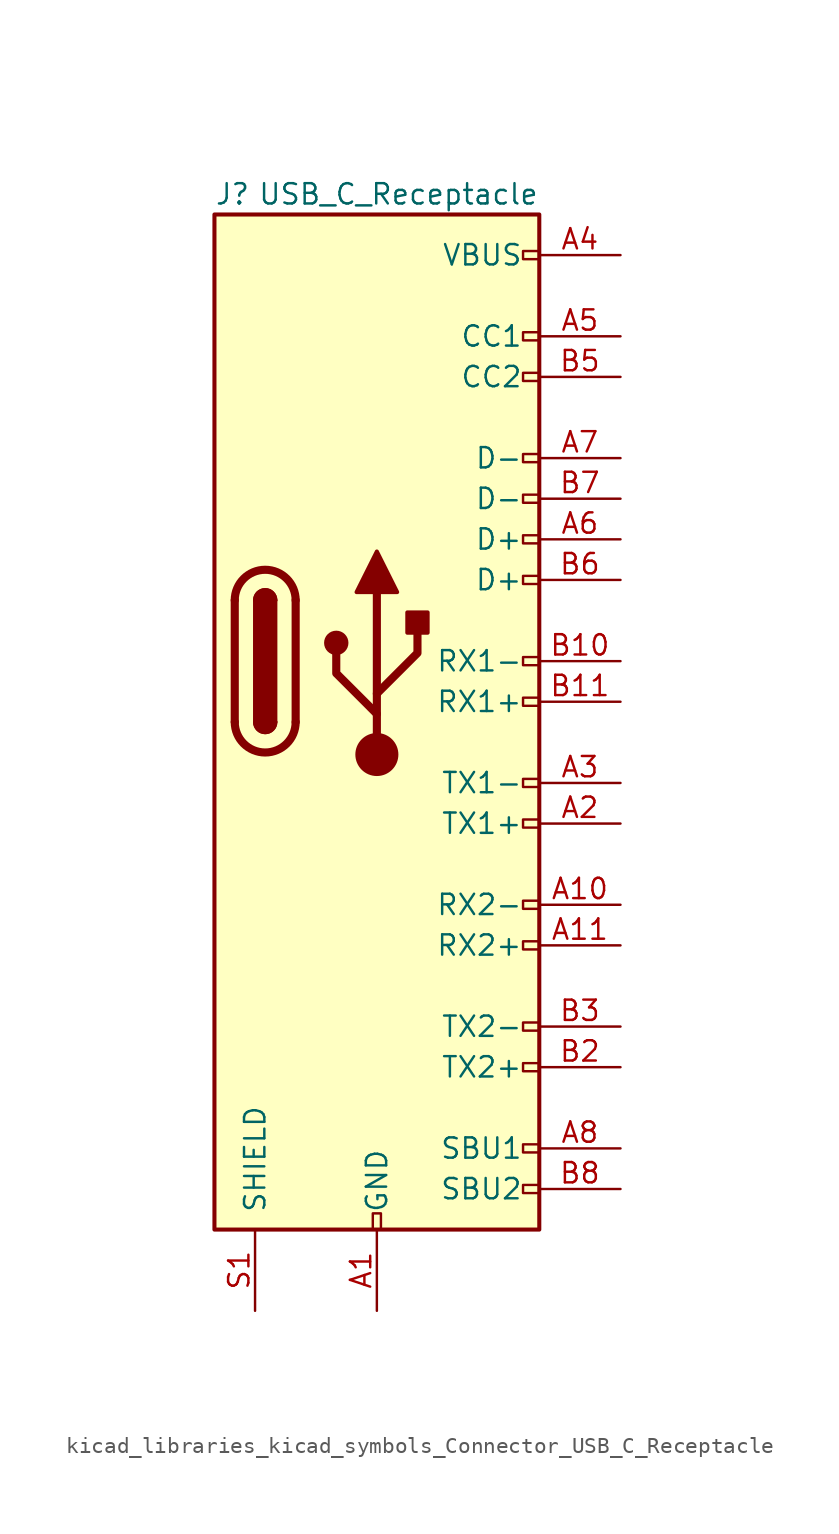
<source format=kicad_sym>
(kicad_symbol_lib
  (version 20220914)
  (generator kicad_symbol_editor)
  (symbol "kicad_libraries_kicad_symbols_Connector_USB_C_Receptacle"
    (pin_names
      (offset 1.016))
    (property "Reference" "J"
      (at -10.16 29.21 0)
      (effects (font (size 1.27 1.27)) (justify left)))
    (property "Value" "USB_C_Receptacle"
      (at 10.16 29.21 0)
      (effects (font (size 1.27 1.27)) (justify right)))
    (symbol "kicad_libraries_kicad_symbols_Connector_USB_C_Receptacle_0_0"
      (rectangle (start -0.254 -35.56) (end 0.254 -34.544) (stroke (width 0) (type default)) (fill (type none)))
      (rectangle (start 10.16 -32.766) (end 9.144 -33.274) (stroke (width 0) (type default)) (fill (type none)))
      (rectangle (start 10.16 -30.226) (end 9.144 -30.734) (stroke (width 0) (type default)) (fill (type none)))
      (rectangle (start 10.16 -25.146) (end 9.144 -25.654) (stroke (width 0) (type default)) (fill (type none)))
      (rectangle (start 10.16 -22.606) (end 9.144 -23.114) (stroke (width 0) (type default)) (fill (type none)))
      (rectangle (start 10.16 -17.526) (end 9.144 -18.034) (stroke (width 0) (type default)) (fill (type none)))
      (rectangle (start 10.16 -14.986) (end 9.144 -15.494) (stroke (width 0) (type default)) (fill (type none)))
      (rectangle (start 10.16 -9.906) (end 9.144 -10.414) (stroke (width 0) (type default)) (fill (type none)))
      (rectangle (start 10.16 -7.366) (end 9.144 -7.874) (stroke (width 0) (type default)) (fill (type none)))
      (rectangle (start 10.16 -2.286) (end 9.144 -2.794) (stroke (width 0) (type default)) (fill (type none)))
      (rectangle (start 10.16 0.254) (end 9.144 -0.254) (stroke (width 0) (type default)) (fill (type none)))
      (rectangle (start 10.16 5.334) (end 9.144 4.826) (stroke (width 0) (type default)) (fill (type none)))
      (rectangle (start 10.16 7.874) (end 9.144 7.366) (stroke (width 0) (type default)) (fill (type none)))
      (rectangle (start 10.16 10.414) (end 9.144 9.906) (stroke (width 0) (type default)) (fill (type none)))
      (rectangle (start 10.16 12.954) (end 9.144 12.446) (stroke (width 0) (type default)) (fill (type none)))
      (rectangle (start 10.16 18.034) (end 9.144 17.526) (stroke (width 0) (type default)) (fill (type none)))
      (rectangle (start 10.16 20.574) (end 9.144 20.066) (stroke (width 0) (type default)) (fill (type none)))
      (rectangle (start 10.16 25.654) (end 9.144 25.146) (stroke (width 0) (type default)) (fill (type none))))
    (symbol "kicad_libraries_kicad_symbols_Connector_USB_C_Receptacle_0_1"
      (rectangle (start -10.16 27.94) (end 10.16 -35.56) (stroke (width 0.254) (type default)) (fill (type background)))
      (arc (start -8.89 -3.81) (mid -6.985 -5.7067) (end -5.08 -3.81) (stroke (width 0.508) (type default)) (fill (type none)))
      (arc (start -7.62 -3.81) (mid -6.985 -4.4423) (end -6.35 -3.81) (stroke (width 0.254) (type default)) (fill (type none)))
      (arc (start -7.62 -3.81) (mid -6.985 -4.4423) (end -6.35 -3.81) (stroke (width 0.254) (type default)) (fill (type outline)))
      (rectangle (start -7.62 -3.81) (end -6.35 3.81) (stroke (width 0.254) (type default)) (fill (type outline)))
      (arc (start -6.35 3.81) (mid -6.985 4.4423) (end -7.62 3.81) (stroke (width 0.254) (type default)) (fill (type none)))
      (arc (start -6.35 3.81) (mid -6.985 4.4423) (end -7.62 3.81) (stroke (width 0.254) (type default)) (fill (type outline)))
      (arc (start -5.08 3.81) (mid -6.985 5.7067) (end -8.89 3.81) (stroke (width 0.508) (type default)) (fill (type none)))
      (polyline (pts (xy -8.89 -3.81) (xy -8.89 3.81)) (stroke (width 0.508) (type default)) (fill (type none)))
      (polyline (pts (xy -5.08 3.81) (xy -5.08 -3.81)) (stroke (width 0.508) (type default)) (fill (type none))))
    (symbol "kicad_libraries_kicad_symbols_Connector_USB_C_Receptacle_1_1"
      (circle (center -2.54 1.143) (radius 0.635) (stroke (width 0.254) (type default)) (fill (type outline)))
      (circle (center 0 -5.842) (radius 1.27) (stroke (width 0) (type default)) (fill (type outline)))
      (polyline (pts (xy 0 -5.842) (xy 0 4.318)) (stroke (width 0.508) (type default)) (fill (type none)))
      (polyline (pts (xy 0 -3.302) (xy -2.54 -0.762) (xy -2.54 0.508)) (stroke (width 0.508) (type default)) (fill (type none)))
      (polyline (pts (xy 0 -2.032) (xy 2.54 0.508) (xy 2.54 1.778)) (stroke (width 0.508) (type default)) (fill (type none)))
      (polyline (pts (xy -1.27 4.318) (xy 0 6.858) (xy 1.27 4.318) (xy -1.27 4.318)) (stroke (width 0.254) (type default)) (fill (type outline)))
      (rectangle (start 1.905 1.778) (end 3.175 3.048) (stroke (width 0.254) (type default)) (fill (type outline)))
      (pin passive line (at 0 -40.64 90) (length 5.08) (name "GND" (effects (font (size 1.27 1.27)))) (number "A1" (effects (font (size 1.27 1.27)))))
      (pin bidirectional line (at 15.24 -15.24 180) (length 5.08) (name "RX2-" (effects (font (size 1.27 1.27)))) (number "A10" (effects (font (size 1.27 1.27)))))
      (pin bidirectional line (at 15.24 -17.78 180) (length 5.08) (name "RX2+" (effects (font (size 1.27 1.27)))) (number "A11" (effects (font (size 1.27 1.27)))))
      (pin passive line (at 0 -40.64 90) (length 5.08) hide (name "GND" (effects (font (size 1.27 1.27)))) (number "A12" (effects (font (size 1.27 1.27)))))
      (pin bidirectional line (at 15.24 -10.16 180) (length 5.08) (name "TX1+" (effects (font (size 1.27 1.27)))) (number "A2" (effects (font (size 1.27 1.27)))))
      (pin bidirectional line (at 15.24 -7.62 180) (length 5.08) (name "TX1-" (effects (font (size 1.27 1.27)))) (number "A3" (effects (font (size 1.27 1.27)))))
      (pin passive line (at 15.24 25.4 180) (length 5.08) (name "VBUS" (effects (font (size 1.27 1.27)))) (number "A4" (effects (font (size 1.27 1.27)))))
      (pin bidirectional line (at 15.24 20.32 180) (length 5.08) (name "CC1" (effects (font (size 1.27 1.27)))) (number "A5" (effects (font (size 1.27 1.27)))))
      (pin bidirectional line (at 15.24 7.62 180) (length 5.08) (name "D+" (effects (font (size 1.27 1.27)))) (number "A6" (effects (font (size 1.27 1.27)))))
      (pin bidirectional line (at 15.24 12.7 180) (length 5.08) (name "D-" (effects (font (size 1.27 1.27)))) (number "A7" (effects (font (size 1.27 1.27)))))
      (pin bidirectional line (at 15.24 -30.48 180) (length 5.08) (name "SBU1" (effects (font (size 1.27 1.27)))) (number "A8" (effects (font (size 1.27 1.27)))))
      (pin passive line (at 15.24 25.4 180) (length 5.08) hide (name "VBUS" (effects (font (size 1.27 1.27)))) (number "A9" (effects (font (size 1.27 1.27)))))
      (pin passive line (at 0 -40.64 90) (length 5.08) hide (name "GND" (effects (font (size 1.27 1.27)))) (number "B1" (effects (font (size 1.27 1.27)))))
      (pin bidirectional line (at 15.24 0 180) (length 5.08) (name "RX1-" (effects (font (size 1.27 1.27)))) (number "B10" (effects (font (size 1.27 1.27)))))
      (pin bidirectional line (at 15.24 -2.54 180) (length 5.08) (name "RX1+" (effects (font (size 1.27 1.27)))) (number "B11" (effects (font (size 1.27 1.27)))))
      (pin passive line (at 0 -40.64 90) (length 5.08) hide (name "GND" (effects (font (size 1.27 1.27)))) (number "B12" (effects (font (size 1.27 1.27)))))
      (pin bidirectional line (at 15.24 -25.4 180) (length 5.08) (name "TX2+" (effects (font (size 1.27 1.27)))) (number "B2" (effects (font (size 1.27 1.27)))))
      (pin bidirectional line (at 15.24 -22.86 180) (length 5.08) (name "TX2-" (effects (font (size 1.27 1.27)))) (number "B3" (effects (font (size 1.27 1.27)))))
      (pin passive line (at 15.24 25.4 180) (length 5.08) hide (name "VBUS" (effects (font (size 1.27 1.27)))) (number "B4" (effects (font (size 1.27 1.27)))))
      (pin bidirectional line (at 15.24 17.78 180) (length 5.08) (name "CC2" (effects (font (size 1.27 1.27)))) (number "B5" (effects (font (size 1.27 1.27)))))
      (pin bidirectional line (at 15.24 5.08 180) (length 5.08) (name "D+" (effects (font (size 1.27 1.27)))) (number "B6" (effects (font (size 1.27 1.27)))))
      (pin bidirectional line (at 15.24 10.16 180) (length 5.08) (name "D-" (effects (font (size 1.27 1.27)))) (number "B7" (effects (font (size 1.27 1.27)))))
      (pin bidirectional line (at 15.24 -33.02 180) (length 5.08) (name "SBU2" (effects (font (size 1.27 1.27)))) (number "B8" (effects (font (size 1.27 1.27)))))
      (pin passive line (at 15.24 25.4 180) (length 5.08) hide (name "VBUS" (effects (font (size 1.27 1.27)))) (number "B9" (effects (font (size 1.27 1.27)))))
      (pin passive line (at -7.62 -40.64 90) (length 5.08) (name "SHIELD" (effects (font (size 1.27 1.27)))) (number "S1" (effects (font (size 1.27 1.27))))))))
</source>
